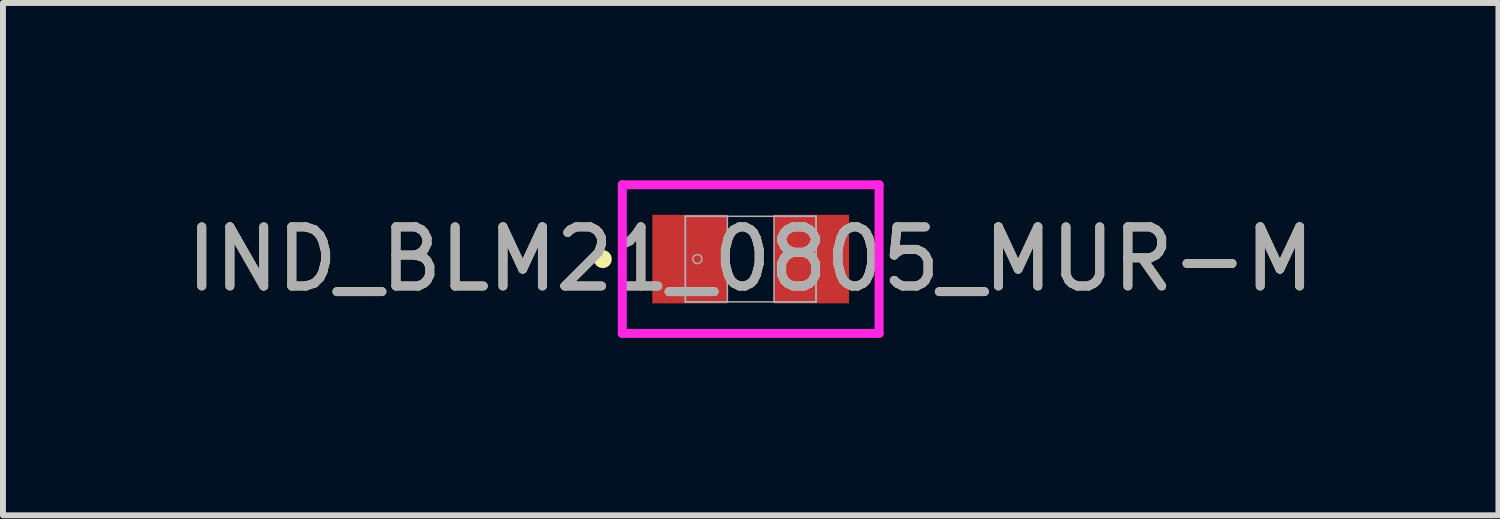
<source format=kicad_pcb>
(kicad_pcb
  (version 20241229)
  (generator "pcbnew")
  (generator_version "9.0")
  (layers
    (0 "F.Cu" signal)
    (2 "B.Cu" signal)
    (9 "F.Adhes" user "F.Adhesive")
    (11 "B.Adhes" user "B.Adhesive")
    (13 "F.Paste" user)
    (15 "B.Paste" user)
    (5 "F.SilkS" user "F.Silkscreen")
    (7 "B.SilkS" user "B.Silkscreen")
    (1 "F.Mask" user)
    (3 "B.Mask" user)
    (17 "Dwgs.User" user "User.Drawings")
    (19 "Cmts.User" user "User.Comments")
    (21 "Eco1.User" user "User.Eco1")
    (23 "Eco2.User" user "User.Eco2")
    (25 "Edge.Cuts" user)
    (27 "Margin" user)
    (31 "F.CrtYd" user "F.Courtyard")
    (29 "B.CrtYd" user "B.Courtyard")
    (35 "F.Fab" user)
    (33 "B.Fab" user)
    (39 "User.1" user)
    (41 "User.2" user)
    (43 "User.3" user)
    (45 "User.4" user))
  (footprint "IND_BLM21_0805_MUR-M"
    (layer "F.Cu")
    (at 9.649 1.333)
    (property "Reference" "IND_BLM21_0805_MUR-M" (at 0 0 0) (unlocked yes) (layer "F.SilkS") (effects (font (size 1 1) (thickness 0.15))))
    (attr smd)
    (fp_circle (center -2.502 0) (end -2.426 0) (stroke (width 0.152) (type solid)) (fill no) (layer "F.SilkS"))
    (fp_line (start -2.172 -1.257) (end 2.172 -1.257) (stroke (width 0.152) (type solid)) (layer "F.CrtYd"))
    (fp_line (start -2.172 1.257) (end -2.172 -1.257) (stroke (width 0.152) (type solid)) (layer "F.CrtYd"))
    (fp_line (start 2.172 -1.257) (end 2.172 1.257) (stroke (width 0.152) (type solid)) (layer "F.CrtYd"))
    (fp_line (start 2.172 1.257) (end -2.172 1.257) (stroke (width 0.152) (type solid)) (layer "F.CrtYd"))
    (fp_line (start -1.105 -0.724) (end -1.105 0.724) (stroke (width 0.025) (type solid)) (layer "F.Fab"))
    (fp_line (start -1.105 -0.724) (end -1.105 0.724) (stroke (width 0.025) (type solid)) (layer "F.Fab"))
    (fp_line (start -1.105 0.724) (end -0.394 0.724) (stroke (width 0.025) (type solid)) (layer "F.Fab"))
    (fp_line (start -1.105 0.724) (end 1.105 0.724) (stroke (width 0.025) (type solid)) (layer "F.Fab"))
    (fp_line (start -0.394 -0.724) (end -1.105 -0.724) (stroke (width 0.025) (type solid)) (layer "F.Fab"))
    (fp_line (start -0.394 0.724) (end -0.394 -0.724) (stroke (width 0.025) (type solid)) (layer "F.Fab"))
    (fp_line (start 0.394 -0.724) (end 0.394 0.724) (stroke (width 0.025) (type solid)) (layer "F.Fab"))
    (fp_line (start 0.394 0.724) (end 1.105 0.724) (stroke (width 0.025) (type solid)) (layer "F.Fab"))
    (fp_line (start 1.105 -0.724) (end -1.105 -0.724) (stroke (width 0.025) (type solid)) (layer "F.Fab"))
    (fp_line (start 1.105 -0.724) (end 0.394 -0.724) (stroke (width 0.025) (type solid)) (layer "F.Fab"))
    (fp_line (start 1.105 0.724) (end 1.105 -0.724) (stroke (width 0.025) (type solid)) (layer "F.Fab"))
    (fp_line (start 1.105 0.724) (end 1.105 -0.724) (stroke (width 0.025) (type solid)) (layer "F.Fab"))
    (fp_circle (center -0.902 0) (end -0.826 0) (stroke (width 0.025) (type solid)) (fill no) (layer "F.Fab"))
    (fp_text user "${REFERENCE}" (at 0 0 0) (unlocked yes) (layer "F.Fab") (effects (font (size 1 1) (thickness 0.15))))
    (pad "1" smd rect (at -1.029 0) (size 1.27 1.499) (layers "F.Cu" "F.Mask" "F.Paste"))
    (pad "2" smd rect (at 1.029 0) (size 1.27 1.499) (layers "F.Cu" "F.Mask" "F.Paste"))
    (zone (net_name "") (layer "F.Cu") (hatch full 0.508) (connect_pads) (min_thickness 0.254) (filled_areas_thickness no) (keepout (tracks not_allowed) (vias not_allowed) (pads allowed) (copperpour not_allowed) (footprints allowed)) (placement (enabled no)) (fill) (polygon (pts (xy 9.306 0.66) (xy 9.992 0.66) (xy 9.992 2.007) (xy 9.306 2.007)))))
  (gr_rect
    (start -3 -3)
    (end 22.298 5.667)
    (stroke (width 0.1) (type default))
    (fill no)
    (layer "Edge.Cuts")))
</source>
